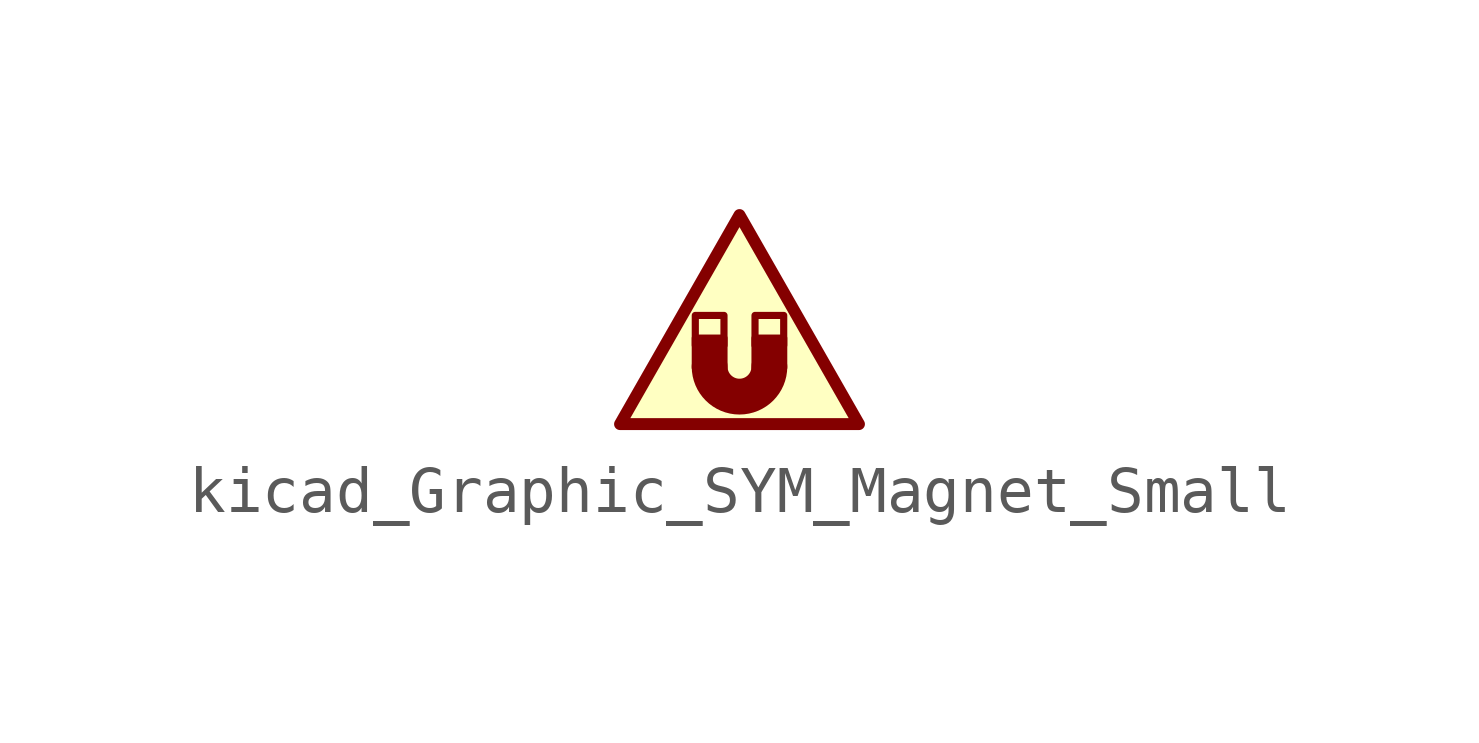
<source format=kicad_sym>
(kicad_symbol_lib
  (version 20220914)
  (generator kicad_symbol_editor)
  (symbol "kicad_Graphic_SYM_Magnet_Small"
    (property "Reference" "#SYM"
      (at 0 3.556 0)
      (effects (font (size 1.27 1.27)) hide))
    (symbol "kicad_Graphic_SYM_Magnet_Small_0_1"
      (rectangle (start -0.94 -0.711) (end -0.33 -0.076) (stroke (width 0) (type default)) (fill (type outline)))
      (rectangle (start -0.94 -0.229) (end -0.33 0.406) (stroke (width 0) (type default)) (fill (type background)))
      (arc (start -0.635 -0.6858) (mid 0 -1.3181) (end 0.635 -0.6858) (stroke (width 0.762) (type default)) (fill (type none)))
      (polyline (pts (xy -2.54 -1.905) (xy 2.54 -1.905) (xy 0 2.54) (xy -2.54 -1.905)) (stroke (width 0.254) (type default)) (fill (type background)))
      (rectangle (start 0.33 -0.711) (end 0.94 -0.076) (stroke (width 0) (type default)) (fill (type outline)))
      (rectangle (start 0.33 -0.229) (end 0.94 0.406) (stroke (width 0) (type default)) (fill (type background))))))
</source>
